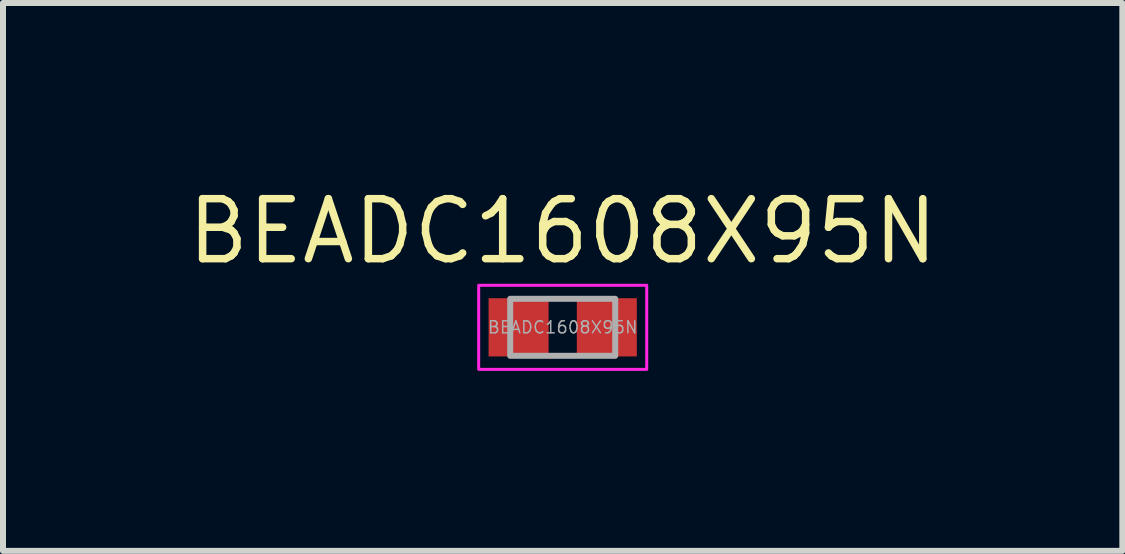
<source format=kicad_pcb>
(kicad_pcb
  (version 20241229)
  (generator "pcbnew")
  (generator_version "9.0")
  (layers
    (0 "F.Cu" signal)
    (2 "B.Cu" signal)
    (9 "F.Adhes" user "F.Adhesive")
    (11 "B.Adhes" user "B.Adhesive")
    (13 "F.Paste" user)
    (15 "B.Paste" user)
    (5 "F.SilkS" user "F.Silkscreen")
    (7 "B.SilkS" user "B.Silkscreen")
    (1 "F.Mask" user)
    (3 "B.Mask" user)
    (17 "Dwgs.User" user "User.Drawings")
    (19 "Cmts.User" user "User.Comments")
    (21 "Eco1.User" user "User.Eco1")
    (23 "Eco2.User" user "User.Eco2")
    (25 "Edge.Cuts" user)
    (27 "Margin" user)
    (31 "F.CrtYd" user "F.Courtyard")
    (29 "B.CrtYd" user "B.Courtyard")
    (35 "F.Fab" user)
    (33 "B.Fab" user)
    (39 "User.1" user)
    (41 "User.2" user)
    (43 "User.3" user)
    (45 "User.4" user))
  (footprint "BEADC1608X95N"
    (layer "F.Cu")
    (at 6.326 2.404)
    (property "Reference" "BEADC1608X95N" (at 0 -1.6 0) (layer "F.SilkS") (effects (font (size 1 1) (thickness 0.125))))
    (attr smd)
    (fp_rect (start -1.4 -0.7) (end 1.4 0.7) (stroke (width 0.05) (type default)) (fill no) (layer "F.CrtYd"))
    (fp_rect (start -0.875 -0.475) (end 0.875 0.475) (stroke (width 0.1) (type default)) (fill no) (layer "F.Fab"))
    (fp_text user "${REFERENCE}" (at 0 0 0) (unlocked yes) (layer "F.Fab") (effects (font (size 0.2 0.2) (thickness 0.025))))
    (pad "1" smd rect (at -0.735 0) (size 1 0.97) (layers "F.Cu" "F.Mask" "F.Paste"))
    (pad "2" smd rect (at 0.735 0) (size 1 0.97) (layers "F.Cu" "F.Mask" "F.Paste")))
  (gr_rect
    (start -3 -3)
    (end 15.651 6.129)
    (stroke (width 0.1) (type default))
    (fill no)
    (layer "Edge.Cuts")))
</source>
